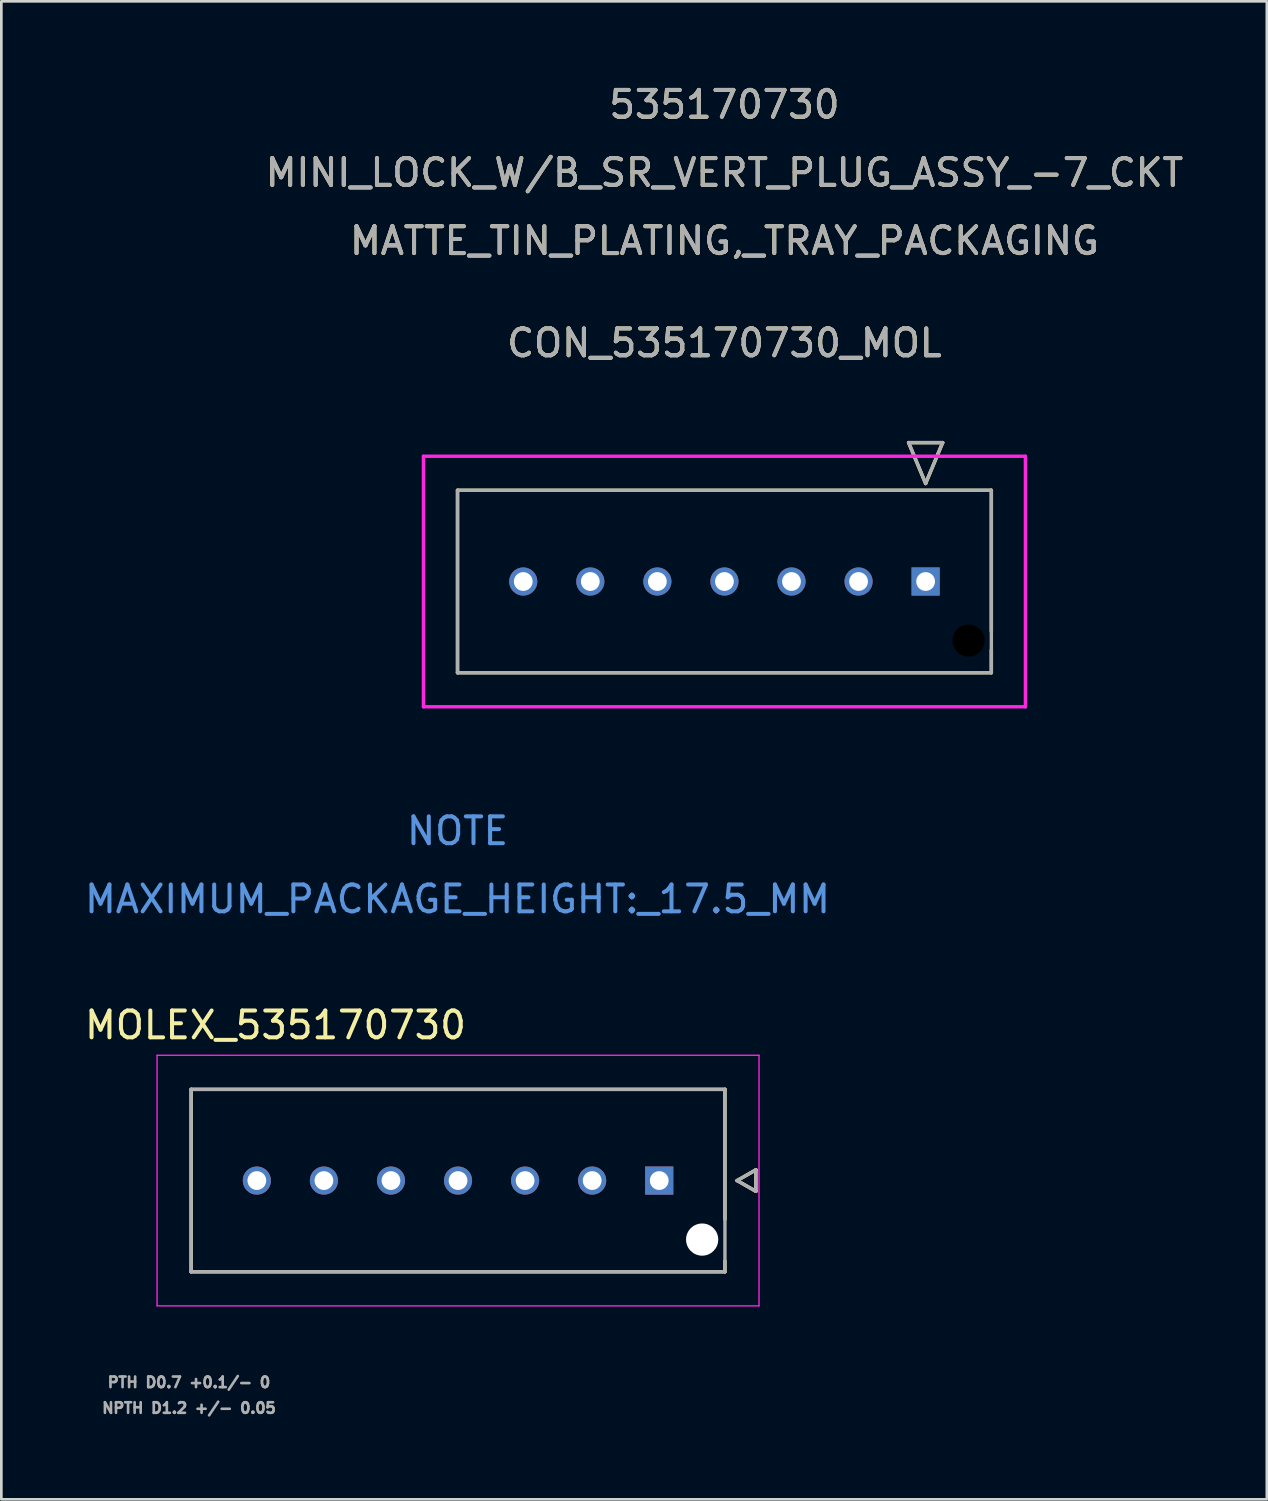
<source format=kicad_pcb>
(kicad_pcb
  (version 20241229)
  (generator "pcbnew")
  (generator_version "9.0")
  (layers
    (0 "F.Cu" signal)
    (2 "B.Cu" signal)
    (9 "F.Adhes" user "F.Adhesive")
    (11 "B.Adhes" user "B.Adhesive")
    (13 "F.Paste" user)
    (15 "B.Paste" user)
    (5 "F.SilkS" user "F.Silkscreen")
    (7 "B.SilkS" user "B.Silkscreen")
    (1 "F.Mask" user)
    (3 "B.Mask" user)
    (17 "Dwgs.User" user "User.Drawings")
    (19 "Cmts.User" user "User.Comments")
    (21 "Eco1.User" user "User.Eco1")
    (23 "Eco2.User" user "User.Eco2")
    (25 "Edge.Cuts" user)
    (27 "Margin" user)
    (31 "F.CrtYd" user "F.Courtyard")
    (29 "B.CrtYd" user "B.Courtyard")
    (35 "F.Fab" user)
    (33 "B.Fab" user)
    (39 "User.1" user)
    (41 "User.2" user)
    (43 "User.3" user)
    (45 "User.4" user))
  (footprint "CON_535170730_MOL"
    (layer "F.Cu")
    (at 31.456 18.628)
    (property "Reference" "CON_535170730_MOL" (at -7.5 -8.89 0) (unlocked yes) (layer "F.SilkS") (effects (font (size 1 1) (thickness 0.15))))
    (attr through_hole)
    (fp_line (start -17.45 -3.4) (end -17.45 3.4) (stroke (width 0.127) (type solid)) (layer "F.SilkS"))
    (fp_line (start -17.45 3.4) (end 2.45 3.4) (stroke (width 0.127) (type solid)) (layer "F.SilkS"))
    (fp_line (start -0.635 -5.178) (end 0 -3.654) (stroke (width 0.127) (type solid)) (layer "F.SilkS"))
    (fp_line (start 0 -3.654) (end 0.635 -5.178) (stroke (width 0.127) (type solid)) (layer "F.SilkS"))
    (fp_line (start 0.635 -5.178) (end -0.635 -5.178) (stroke (width 0.127) (type solid)) (layer "F.SilkS"))
    (fp_line (start 2.45 -3.4) (end -17.45 -3.4) (stroke (width 0.127) (type solid)) (layer "F.SilkS"))
    (fp_line (start 2.45 1.848) (end 2.45 -3.4) (stroke (width 0.127) (type solid)) (layer "F.SilkS"))
    (fp_line (start 2.45 3.4) (end 2.45 2.552) (stroke (width 0.127) (type solid)) (layer "F.SilkS"))
    (fp_line (start -18.72 -4.67) (end -18.72 4.67) (stroke (width 0.127) (type solid)) (layer "F.CrtYd"))
    (fp_line (start -18.72 4.67) (end 3.72 4.67) (stroke (width 0.127) (type solid)) (layer "F.CrtYd"))
    (fp_line (start 3.72 -4.67) (end -18.72 -4.67) (stroke (width 0.127) (type solid)) (layer "F.CrtYd"))
    (fp_line (start 3.72 4.67) (end 3.72 -4.67) (stroke (width 0.127) (type solid)) (layer "F.CrtYd"))
    (fp_line (start -17.45 -3.4) (end -17.45 3.4) (stroke (width 0.127) (type solid)) (layer "F.Fab"))
    (fp_line (start -17.45 3.4) (end 2.45 3.4) (stroke (width 0.127) (type solid)) (layer "F.Fab"))
    (fp_line (start -0.635 -5.178) (end 0 -3.654) (stroke (width 0.127) (type solid)) (layer "F.Fab"))
    (fp_line (start 0 -3.654) (end 0.635 -5.178) (stroke (width 0.127) (type solid)) (layer "F.Fab"))
    (fp_line (start 0.635 -5.178) (end -0.635 -5.178) (stroke (width 0.127) (type solid)) (layer "F.Fab"))
    (fp_line (start 2.45 -3.4) (end -17.45 -3.4) (stroke (width 0.127) (type solid)) (layer "F.Fab"))
    (fp_line (start 2.45 3.4) (end 2.45 -3.4) (stroke (width 0.127) (type solid)) (layer "F.Fab"))
    (fp_text user "MINI_LOCK_W/B_SR_VERT_PLUG_ASSY_-7_CKT" (at -7.5 -15.24 0) (unlocked yes) (layer "F.SilkS") (effects (font (size 1 1) (thickness 0.15))))
    (fp_text user "535170730" (at -7.5 -17.78 0) (unlocked yes) (layer "F.SilkS") (effects (font (size 1 1) (thickness 0.15))))
    (fp_text user "MATTE_TIN_PLATING,_TRAY_PACKAGING" (at -7.5 -12.7 0) (unlocked yes) (layer "F.SilkS") (effects (font (size 1 1) (thickness 0.15))))
    (fp_text user "NOTE" (at -17.45 9.3 0) (unlocked yes) (layer "Cmts.User") (effects (font (size 1 1) (thickness 0.15))))
    (fp_text user "MAXIMUM_PACKAGE_HEIGHT:_17.5_MM" (at -17.45 11.84 0) (unlocked yes) (layer "Cmts.User") (effects (font (size 1 1) (thickness 0.15))))
    (fp_text user "535170730" (at -7.5 -17.78 0) (unlocked yes) (layer "F.Fab") (effects (font (size 1 1) (thickness 0.15))))
    (fp_text user "MATTE_TIN_PLATING,_TRAY_PACKAGING" (at -7.5 -12.7 0) (unlocked yes) (layer "F.Fab") (effects (font (size 1 1) (thickness 0.15))))
    (fp_text user "${REFERENCE}" (at -7.5 -8.89 0) (unlocked yes) (layer "F.Fab") (effects (font (size 1 1) (thickness 0.15))))
    (fp_text user "MINI_LOCK_W/B_SR_VERT_PLUG_ASSY_-7_CKT" (at -7.5 -15.24 0) (unlocked yes) (layer "F.Fab") (effects (font (size 1 1) (thickness 0.15))))
    (pad "" np_thru_hole circle (at 1.6 2.2) (size 1.2 1.2) (drill 1.2) (layers))
    (pad "1" thru_hole rect (at 0 0) (size 1.05 1.05) (drill 0.7) (layers "*.Cu" "*.Mask"))
    (pad "2" thru_hole circle (at -2.5 0) (size 1.05 1.05) (drill 0.7) (layers "*.Cu" "*.Mask"))
    (pad "3" thru_hole circle (at -5 0) (size 1.05 1.05) (drill 0.7) (layers "*.Cu" "*.Mask"))
    (pad "4" thru_hole circle (at -7.5 0) (size 1.05 1.05) (drill 0.7) (layers "*.Cu" "*.Mask"))
    (pad "5" thru_hole circle (at -10 0) (size 1.05 1.05) (drill 0.7) (layers "*.Cu" "*.Mask"))
    (pad "6" thru_hole circle (at -12.5 0) (size 1.05 1.05) (drill 0.7) (layers "*.Cu" "*.Mask"))
    (pad "7" thru_hole circle (at -15 0) (size 1.05 1.05) (drill 0.7) (layers "*.Cu" "*.Mask")))
  (footprint "MOLEX_535170730"
    (layer "F.Cu")
    (at 21.525 40.96)
    (property "Reference" "MOLEX_535170730" (at -14.305 -5.795 0) (layer "F.SilkS") (effects (font (size 1 1) (thickness 0.15))))
    (attr through_hole)
    (fp_circle (center -15 0) (end -14.699 0) (stroke (width 0.601) (type solid)) (fill no) (layer "F.Mask"))
    (fp_circle (center -12.5 0) (end -12.199 0) (stroke (width 0.601) (type solid)) (fill no) (layer "F.Mask"))
    (fp_circle (center -10 0) (end -9.699 0) (stroke (width 0.601) (type solid)) (fill no) (layer "F.Mask"))
    (fp_circle (center -7.5 0) (end -7.199 0) (stroke (width 0.601) (type solid)) (fill no) (layer "F.Mask"))
    (fp_circle (center -5 0) (end -4.699 0) (stroke (width 0.601) (type solid)) (fill no) (layer "F.Mask"))
    (fp_circle (center -2.5 0) (end -2.199 0) (stroke (width 0.601) (type solid)) (fill no) (layer "F.Mask"))
    (fp_circle (center 1.6 2.2) (end 1.938 2.2) (stroke (width 0.676) (type solid)) (fill no) (layer "F.Mask"))
    (fp_poly (pts (xy -0.601 -0.601) (xy 0.601 -0.601) (xy 0.601 0.601) (xy -0.601 0.601)) (stroke (width 0.01) (type solid)) (fill yes) (layer "F.Mask"))
    (fp_circle (center -15 0) (end -14.699 0) (stroke (width 0.601) (type solid)) (fill no) (layer "B.Mask"))
    (fp_circle (center -12.5 0) (end -12.199 0) (stroke (width 0.601) (type solid)) (fill no) (layer "B.Mask"))
    (fp_circle (center -10 0) (end -9.699 0) (stroke (width 0.601) (type solid)) (fill no) (layer "B.Mask"))
    (fp_circle (center -7.5 0) (end -7.199 0) (stroke (width 0.601) (type solid)) (fill no) (layer "B.Mask"))
    (fp_circle (center -5 0) (end -4.699 0) (stroke (width 0.601) (type solid)) (fill no) (layer "B.Mask"))
    (fp_circle (center -2.5 0) (end -2.199 0) (stroke (width 0.601) (type solid)) (fill no) (layer "B.Mask"))
    (fp_circle (center 1.6 2.2) (end 1.938 2.2) (stroke (width 0.676) (type solid)) (fill no) (layer "B.Mask"))
    (fp_poly (pts (xy -0.601 -0.601) (xy 0.601 -0.601) (xy 0.601 0.601) (xy -0.601 0.601)) (stroke (width 0.01) (type solid)) (fill yes) (layer "B.Mask"))
    (fp_line (start -17.45 -3.4) (end 2.45 -3.4) (stroke (width 0.127) (type solid)) (layer "F.SilkS"))
    (fp_line (start -17.45 3.4) (end -17.45 -3.4) (stroke (width 0.127) (type solid)) (layer "F.SilkS"))
    (fp_line (start 2.45 -3.4) (end 2.45 1.45) (stroke (width 0.127) (type solid)) (layer "F.SilkS"))
    (fp_line (start 2.45 3) (end 2.45 3.4) (stroke (width 0.127) (type solid)) (layer "F.SilkS"))
    (fp_line (start 2.45 3.4) (end -17.45 3.4) (stroke (width 0.127) (type solid)) (layer "F.SilkS"))
    (fp_line (start 2.903 0) (end 3.603 0.4) (stroke (width 0.127) (type solid)) (layer "F.SilkS"))
    (fp_line (start 3.603 -0.4) (end 2.903 0) (stroke (width 0.127) (type solid)) (layer "F.SilkS"))
    (fp_line (start 3.603 0.4) (end 3.603 -0.4) (stroke (width 0.127) (type solid)) (layer "F.SilkS"))
    (fp_line (start -18.72 -4.67) (end 3.72 -4.67) (stroke (width 0.05) (type solid)) (layer "F.CrtYd"))
    (fp_line (start -18.72 4.67) (end -18.72 -4.67) (stroke (width 0.05) (type solid)) (layer "F.CrtYd"))
    (fp_line (start -18.72 4.67) (end 3.72 4.67) (stroke (width 0.05) (type solid)) (layer "F.CrtYd"))
    (fp_line (start 3.72 -4.67) (end 3.72 4.67) (stroke (width 0.05) (type solid)) (layer "F.CrtYd"))
    (fp_line (start -17.45 -3.4) (end 2.45 -3.4) (stroke (width 0.127) (type solid)) (layer "F.Fab"))
    (fp_line (start -17.45 3.4) (end -17.45 -3.4) (stroke (width 0.127) (type solid)) (layer "F.Fab"))
    (fp_line (start 2.45 -3.4) (end 2.45 3.4) (stroke (width 0.127) (type solid)) (layer "F.Fab"))
    (fp_line (start 2.45 3.4) (end -17.45 3.4) (stroke (width 0.127) (type solid)) (layer "F.Fab"))
    (fp_line (start 2.903 0) (end 3.603 0.4) (stroke (width 0.127) (type solid)) (layer "F.Fab"))
    (fp_line (start 3.603 -0.4) (end 2.903 0) (stroke (width 0.127) (type solid)) (layer "F.Fab"))
    (fp_line (start 3.603 0.4) (end 3.603 -0.4) (stroke (width 0.127) (type solid)) (layer "F.Fab"))
    (fp_text user "NPTH D1.2 +/- 0.05" (at -17.53 8.48 0) (layer "F.Fab") (effects (font (size 0.394 0.394) (thickness 0.15))))
    (fp_text user "PTH D0.7 +0.1/- 0" (at -17.53 7.522 0) (layer "F.Fab") (effects (font (size 0.394 0.394) (thickness 0.15))))
    (pad "" np_thru_hole circle (at 1.6 2.2) (size 1.2 1.2) (drill 1.2) (layers "*.Cu" "*.Mask"))
    (pad "1" thru_hole rect (at 0 0) (size 1.05 1.05) (drill 0.7) (layers "*.Cu"))
    (pad "2" thru_hole circle (at -2.5 0) (size 1.05 1.05) (drill 0.7) (layers "*.Cu"))
    (pad "3" thru_hole circle (at -5 0) (size 1.05 1.05) (drill 0.7) (layers "*.Cu"))
    (pad "4" thru_hole circle (at -7.5 0) (size 1.05 1.05) (drill 0.7) (layers "*.Cu"))
    (pad "5" thru_hole circle (at -10 0) (size 1.05 1.05) (drill 0.7) (layers "*.Cu"))
    (pad "6" thru_hole circle (at -12.5 0) (size 1.05 1.05) (drill 0.7) (layers "*.Cu"))
    (pad "7" thru_hole circle (at -15 0) (size 1.05 1.05) (drill 0.7) (layers "*.Cu")))
  (gr_rect
    (start -3 -3)
    (end 44.176 52.843)
    (stroke (width 0.1) (type default))
    (fill no)
    (layer "Edge.Cuts")))
</source>
